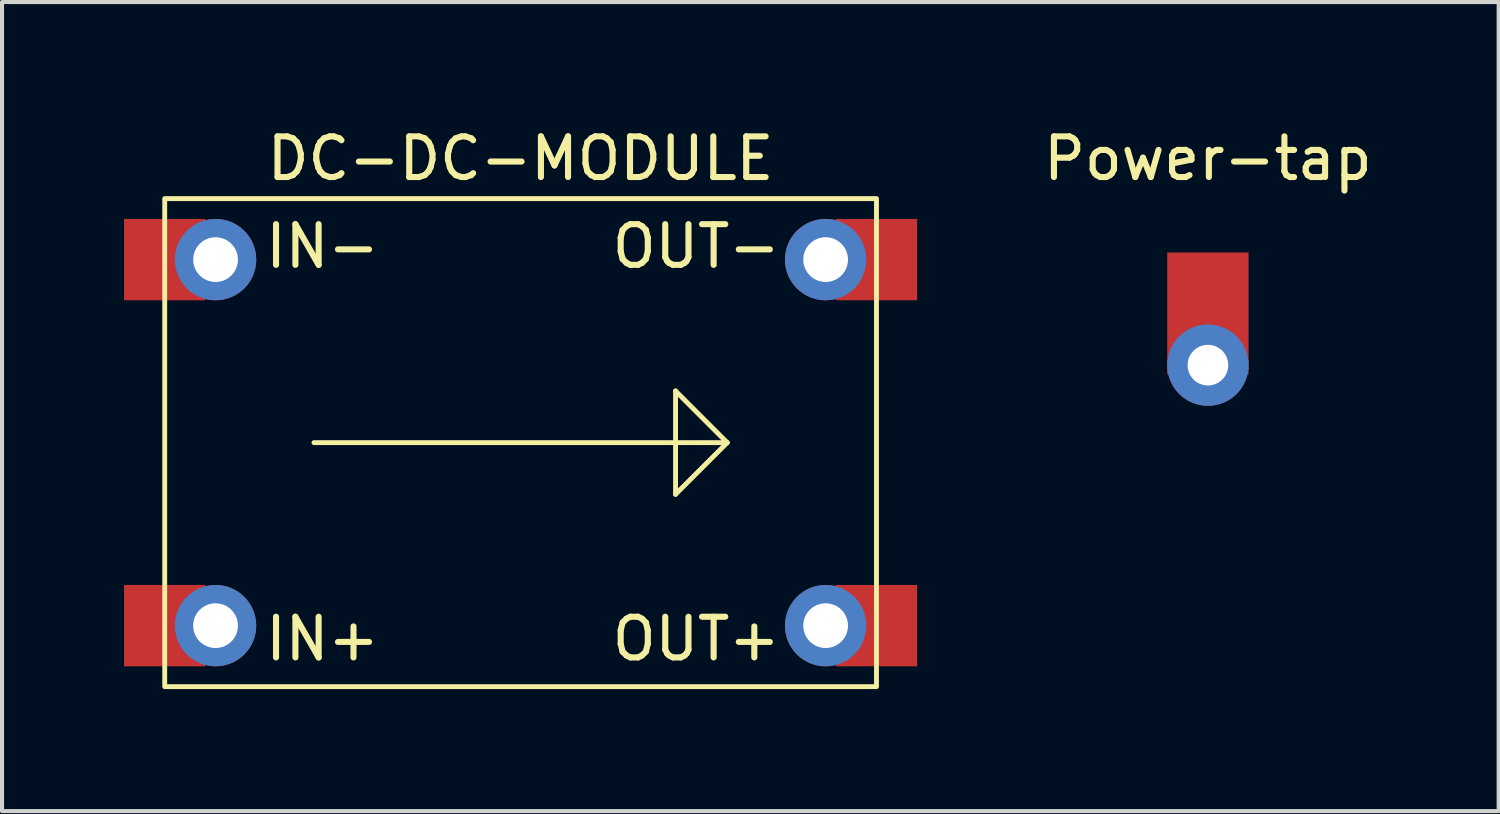
<source format=kicad_pcb>
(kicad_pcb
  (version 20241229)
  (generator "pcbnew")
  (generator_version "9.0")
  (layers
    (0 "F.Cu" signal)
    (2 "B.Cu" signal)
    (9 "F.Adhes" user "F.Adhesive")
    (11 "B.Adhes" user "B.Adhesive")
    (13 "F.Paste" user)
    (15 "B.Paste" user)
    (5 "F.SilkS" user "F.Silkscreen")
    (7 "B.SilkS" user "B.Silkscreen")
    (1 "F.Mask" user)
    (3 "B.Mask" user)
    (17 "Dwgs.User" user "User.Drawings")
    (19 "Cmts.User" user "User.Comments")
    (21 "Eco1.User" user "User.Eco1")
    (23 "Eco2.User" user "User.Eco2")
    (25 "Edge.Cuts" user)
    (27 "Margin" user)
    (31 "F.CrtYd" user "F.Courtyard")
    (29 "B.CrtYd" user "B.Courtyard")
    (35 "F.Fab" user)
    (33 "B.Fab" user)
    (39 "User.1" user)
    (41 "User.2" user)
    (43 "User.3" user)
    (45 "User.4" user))
  (footprint "DC-DC-MODULE"
    (layer "F.Cu")
    (at 9.75 7.833)
    (property "Reference" "DC-DC-MODULE" (at 0 -6.985 0) (unlocked yes) (layer "F.SilkS") (effects (font (size 1 1) (thickness 0.15))))
    (fp_line (start -5.08 0) (end 5.08 0) (stroke (width 0.12) (type default)) (layer "F.SilkS"))
    (fp_line (start 3.81 -1.27) (end 3.81 1.27) (stroke (width 0.12) (type default)) (layer "F.SilkS"))
    (fp_line (start 3.81 1.27) (end 5.08 0) (stroke (width 0.12) (type default)) (layer "F.SilkS"))
    (fp_line (start 5.08 0) (end 3.81 -1.27) (stroke (width 0.12) (type default)) (layer "F.SilkS"))
    (fp_rect (start -8.75 -6) (end 8.75 6) (stroke (width 0.12) (type default)) (fill no) (layer "F.SilkS"))
    (fp_text user "IN-" (at -6.35 -4.826 0) (unlocked yes) (layer "F.SilkS") (effects (font (size 1 1) (thickness 0.15)) (justify left)))
    (fp_text user "OUT+" (at 4.318 4.826 0) (unlocked yes) (layer "F.SilkS") (effects (font (size 1 1) (thickness 0.15))))
    (fp_text user "OUT-" (at 4.318 -4.826 0) (unlocked yes) (layer "F.SilkS") (effects (font (size 1 1) (thickness 0.15))))
    (fp_text user "IN+" (at -6.35 4.826 0) (unlocked yes) (layer "F.SilkS") (effects (font (size 1 1) (thickness 0.15)) (justify left)))
    (pad "1" smd rect (at -8.75 -4.5) (size 2 2) (layers "F.Cu" "F.Mask" "F.Paste"))
    (pad "1" thru_hole circle (at -7.5 -4.5) (size 2 2) (drill 1.1) (layers "*.Cu" "*.Mask"))
    (pad "2" smd rect (at -8.75 4.5) (size 2 2) (layers "F.Cu" "F.Mask" "F.Paste"))
    (pad "2" thru_hole circle (at -7.5 4.5) (size 2 2) (drill 1.1) (layers "*.Cu" "*.Mask"))
    (pad "3" thru_hole circle (at 7.5 4.5) (size 2 2) (drill 1.1) (layers "*.Cu" "*.Mask"))
    (pad "3" smd rect (at 8.75 4.5) (size 2 2) (layers "F.Cu" "F.Mask" "F.Paste"))
    (pad "4" thru_hole circle (at 7.5 -4.5) (size 2 2) (drill 1.1) (layers "*.Cu" "*.Mask"))
    (pad "4" smd rect (at 8.75 -4.5) (size 2 2) (layers "F.Cu" "F.Mask" "F.Paste")))
  (footprint "Power-tap"
    (layer "F.Cu")
    (at 26.649 5.928)
    (property "Reference" "Power-tap" (at 0 -5.08 0) (unlocked yes) (layer "F.SilkS") (effects (font (size 1 1) (thickness 0.15))))
    (pad "1" smd rect (at 0 -1.27) (size 2 3) (layers "F.Cu" "F.Mask" "F.Paste"))
    (pad "1" thru_hole circle (at 0 0) (size 2 2) (drill 1) (layers "*.Cu" "*.Mask")))
  (gr_rect
    (start -3 -3)
    (end 33.798 16.893)
    (stroke (width 0.1) (type default))
    (fill no)
    (layer "Edge.Cuts")))
</source>
